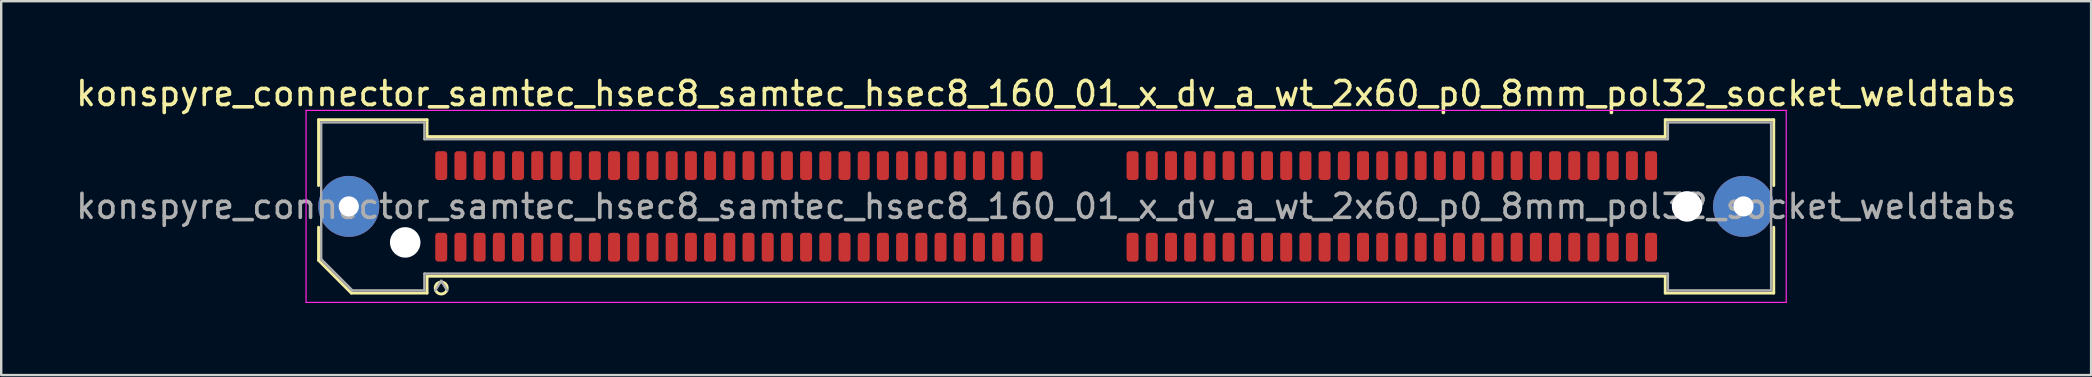
<source format=kicad_pcb>
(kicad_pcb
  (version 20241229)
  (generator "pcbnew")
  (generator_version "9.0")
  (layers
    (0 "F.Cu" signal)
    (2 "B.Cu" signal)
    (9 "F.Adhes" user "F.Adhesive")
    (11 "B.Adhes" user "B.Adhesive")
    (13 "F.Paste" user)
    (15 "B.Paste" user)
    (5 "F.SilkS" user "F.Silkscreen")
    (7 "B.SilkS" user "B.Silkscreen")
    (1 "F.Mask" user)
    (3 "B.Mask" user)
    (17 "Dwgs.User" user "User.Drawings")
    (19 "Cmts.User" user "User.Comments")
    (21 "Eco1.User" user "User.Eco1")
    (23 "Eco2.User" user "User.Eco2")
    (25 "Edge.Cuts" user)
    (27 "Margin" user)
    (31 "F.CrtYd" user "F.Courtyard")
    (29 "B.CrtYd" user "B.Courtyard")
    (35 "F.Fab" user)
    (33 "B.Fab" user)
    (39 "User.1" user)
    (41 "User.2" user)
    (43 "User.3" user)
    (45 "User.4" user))
  (footprint "konspyre_connector_samtec_hsec8_samtec_hsec8_160_01_x_dv_a_wt_2x60_p0_8mm_pol32_socket_weldtabs"
    (layer "F.Cu")
    (at 40.53 5.548)
    (property "Reference" "konspyre_connector_samtec_hsec8_samtec_hsec8_160_01_x_dv_a_wt_2x60_p0_8mm_pol32_socket_weldtabs" (at 0 -4.7 0) (layer "F.SilkS") (effects (font (size 1 1) (thickness 0.15))))
    (attr smd)
    (fp_line (start -30.31 -3.61) (end -25.79 -3.61) (stroke (width 0.12) (type solid)) (layer "F.SilkS"))
    (fp_line (start -30.31 -0.868) (end -30.31 -3.61) (stroke (width 0.12) (type solid)) (layer "F.SilkS"))
    (fp_line (start -30.31 2.246) (end -30.31 0.868) (stroke (width 0.12) (type solid)) (layer "F.SilkS"))
    (fp_line (start -28.946 3.61) (end -30.31 2.246) (stroke (width 0.12) (type solid)) (layer "F.SilkS"))
    (fp_line (start -25.79 -3.61) (end -25.79 -2.91) (stroke (width 0.12) (type solid)) (layer "F.SilkS"))
    (fp_line (start -25.79 -2.91) (end 25.79 -2.91) (stroke (width 0.12) (type solid)) (layer "F.SilkS"))
    (fp_line (start -25.79 2.91) (end -25.79 3.61) (stroke (width 0.12) (type solid)) (layer "F.SilkS"))
    (fp_line (start -25.79 3.61) (end -28.946 3.61) (stroke (width 0.12) (type solid)) (layer "F.SilkS"))
    (fp_line (start 25.79 -3.61) (end 30.31 -3.61) (stroke (width 0.12) (type solid)) (layer "F.SilkS"))
    (fp_line (start 25.79 -2.91) (end 25.79 -3.61) (stroke (width 0.12) (type solid)) (layer "F.SilkS"))
    (fp_line (start 25.79 2.91) (end -25.79 2.91) (stroke (width 0.12) (type solid)) (layer "F.SilkS"))
    (fp_line (start 25.79 3.61) (end 25.79 2.91) (stroke (width 0.12) (type solid)) (layer "F.SilkS"))
    (fp_line (start 30.31 -3.61) (end 30.31 -0.868) (stroke (width 0.12) (type solid)) (layer "F.SilkS"))
    (fp_line (start 30.31 0.868) (end 30.31 3.61) (stroke (width 0.12) (type solid)) (layer "F.SilkS"))
    (fp_line (start 30.31 3.61) (end 25.79 3.61) (stroke (width 0.12) (type solid)) (layer "F.SilkS"))
    (fp_arc (start -24.95 3.4) (mid -25.45 3.4) (end -24.95 3.4) (stroke (width 0.12) (type solid)) (layer "F.SilkS"))
    (fp_line (start -30.83 -4) (end -30.83 4) (stroke (width 0.05) (type solid)) (layer "F.CrtYd"))
    (fp_line (start -30.83 4) (end 30.83 4) (stroke (width 0.05) (type solid)) (layer "F.CrtYd"))
    (fp_line (start 30.83 -4) (end -30.83 -4) (stroke (width 0.05) (type solid)) (layer "F.CrtYd"))
    (fp_line (start 30.83 4) (end 30.83 -4) (stroke (width 0.05) (type solid)) (layer "F.CrtYd"))
    (fp_line (start -30.2 -3.5) (end -25.9 -3.5) (stroke (width 0.1) (type solid)) (layer "F.Fab"))
    (fp_line (start -30.2 2.2) (end -30.2 -3.5) (stroke (width 0.1) (type solid)) (layer "F.Fab"))
    (fp_line (start -28.9 3.5) (end -30.2 2.2) (stroke (width 0.1) (type solid)) (layer "F.Fab"))
    (fp_line (start -25.9 -3.5) (end -25.9 -2.8) (stroke (width 0.1) (type solid)) (layer "F.Fab"))
    (fp_line (start -25.9 -2.8) (end 25.9 -2.8) (stroke (width 0.1) (type solid)) (layer "F.Fab"))
    (fp_line (start -25.9 2.8) (end -25.9 3.5) (stroke (width 0.1) (type solid)) (layer "F.Fab"))
    (fp_line (start -25.9 3.5) (end -28.9 3.5) (stroke (width 0.1) (type solid)) (layer "F.Fab"))
    (fp_line (start -25.2 3.1) (end -25.45 3.5) (stroke (width 0.1) (type solid)) (layer "F.Fab"))
    (fp_line (start -25.2 3.1) (end -24.95 3.5) (stroke (width 0.1) (type solid)) (layer "F.Fab"))
    (fp_line (start 25.9 -3.5) (end 30.2 -3.5) (stroke (width 0.1) (type solid)) (layer "F.Fab"))
    (fp_line (start 25.9 -2.8) (end 25.9 -3.5) (stroke (width 0.1) (type solid)) (layer "F.Fab"))
    (fp_line (start 25.9 2.8) (end -25.9 2.8) (stroke (width 0.1) (type solid)) (layer "F.Fab"))
    (fp_line (start 25.9 3.5) (end 25.9 2.8) (stroke (width 0.1) (type solid)) (layer "F.Fab"))
    (fp_line (start 30.2 -3.5) (end 30.2 3.5) (stroke (width 0.1) (type solid)) (layer "F.Fab"))
    (fp_line (start 30.2 3.5) (end 25.9 3.5) (stroke (width 0.1) (type solid)) (layer "F.Fab"))
    (fp_text user "${REFERENCE}" (at 0 0 0) (layer "F.Fab") (effects (font (size 1 1) (thickness 0.15))))
    (pad "" thru_hole circle (at -29.05 0) (size 2.54 2.54) (drill 0.84) (layers "*.Cu" "*.Mask" "F.Paste"))
    (pad "" np_thru_hole circle (at -26.7 1.5) (size 1.27 1.27) (drill 1.27) (layers "*.Cu" "*.Mask"))
    (pad "" np_thru_hole circle (at 26.7 0) (size 1.27 1.27) (drill 1.27) (layers "*.Cu" "*.Mask"))
    (pad "" thru_hole circle (at 29.05 0) (size 2.54 2.54) (drill 0.84) (layers "*.Cu" "*.Mask" "F.Paste"))
    (pad "1" smd roundrect (at -25.2 1.7) (size 0.5 1.2) (layers "F.Cu" "F.Mask" "F.Paste") (roundrect_rratio 0.25))
    (pad "2" smd roundrect (at -25.2 -1.7) (size 0.5 1.2) (layers "F.Cu" "F.Mask" "F.Paste") (roundrect_rratio 0.25))
    (pad "3" smd roundrect (at -24.4 1.7) (size 0.5 1.2) (layers "F.Cu" "F.Mask" "F.Paste") (roundrect_rratio 0.25))
    (pad "4" smd roundrect (at -24.4 -1.7) (size 0.5 1.2) (layers "F.Cu" "F.Mask" "F.Paste") (roundrect_rratio 0.25))
    (pad "5" smd roundrect (at -23.6 1.7) (size 0.5 1.2) (layers "F.Cu" "F.Mask" "F.Paste") (roundrect_rratio 0.25))
    (pad "6" smd roundrect (at -23.6 -1.7) (size 0.5 1.2) (layers "F.Cu" "F.Mask" "F.Paste") (roundrect_rratio 0.25))
    (pad "7" smd roundrect (at -22.8 1.7) (size 0.5 1.2) (layers "F.Cu" "F.Mask" "F.Paste") (roundrect_rratio 0.25))
    (pad "8" smd roundrect (at -22.8 -1.7) (size 0.5 1.2) (layers "F.Cu" "F.Mask" "F.Paste") (roundrect_rratio 0.25))
    (pad "9" smd roundrect (at -22 1.7) (size 0.5 1.2) (layers "F.Cu" "F.Mask" "F.Paste") (roundrect_rratio 0.25))
    (pad "10" smd roundrect (at -22 -1.7) (size 0.5 1.2) (layers "F.Cu" "F.Mask" "F.Paste") (roundrect_rratio 0.25))
    (pad "11" smd roundrect (at -21.2 1.7) (size 0.5 1.2) (layers "F.Cu" "F.Mask" "F.Paste") (roundrect_rratio 0.25))
    (pad "12" smd roundrect (at -21.2 -1.7) (size 0.5 1.2) (layers "F.Cu" "F.Mask" "F.Paste") (roundrect_rratio 0.25))
    (pad "13" smd roundrect (at -20.4 1.7) (size 0.5 1.2) (layers "F.Cu" "F.Mask" "F.Paste") (roundrect_rratio 0.25))
    (pad "14" smd roundrect (at -20.4 -1.7) (size 0.5 1.2) (layers "F.Cu" "F.Mask" "F.Paste") (roundrect_rratio 0.25))
    (pad "15" smd roundrect (at -19.6 1.7) (size 0.5 1.2) (layers "F.Cu" "F.Mask" "F.Paste") (roundrect_rratio 0.25))
    (pad "16" smd roundrect (at -19.6 -1.7) (size 0.5 1.2) (layers "F.Cu" "F.Mask" "F.Paste") (roundrect_rratio 0.25))
    (pad "17" smd roundrect (at -18.8 1.7) (size 0.5 1.2) (layers "F.Cu" "F.Mask" "F.Paste") (roundrect_rratio 0.25))
    (pad "18" smd roundrect (at -18.8 -1.7) (size 0.5 1.2) (layers "F.Cu" "F.Mask" "F.Paste") (roundrect_rratio 0.25))
    (pad "19" smd roundrect (at -18 1.7) (size 0.5 1.2) (layers "F.Cu" "F.Mask" "F.Paste") (roundrect_rratio 0.25))
    (pad "20" smd roundrect (at -18 -1.7) (size 0.5 1.2) (layers "F.Cu" "F.Mask" "F.Paste") (roundrect_rratio 0.25))
    (pad "21" smd roundrect (at -17.2 1.7) (size 0.5 1.2) (layers "F.Cu" "F.Mask" "F.Paste") (roundrect_rratio 0.25))
    (pad "22" smd roundrect (at -17.2 -1.7) (size 0.5 1.2) (layers "F.Cu" "F.Mask" "F.Paste") (roundrect_rratio 0.25))
    (pad "23" smd roundrect (at -16.4 1.7) (size 0.5 1.2) (layers "F.Cu" "F.Mask" "F.Paste") (roundrect_rratio 0.25))
    (pad "24" smd roundrect (at -16.4 -1.7) (size 0.5 1.2) (layers "F.Cu" "F.Mask" "F.Paste") (roundrect_rratio 0.25))
    (pad "25" smd roundrect (at -15.6 1.7) (size 0.5 1.2) (layers "F.Cu" "F.Mask" "F.Paste") (roundrect_rratio 0.25))
    (pad "26" smd roundrect (at -15.6 -1.7) (size 0.5 1.2) (layers "F.Cu" "F.Mask" "F.Paste") (roundrect_rratio 0.25))
    (pad "27" smd roundrect (at -14.8 1.7) (size 0.5 1.2) (layers "F.Cu" "F.Mask" "F.Paste") (roundrect_rratio 0.25))
    (pad "28" smd roundrect (at -14.8 -1.7) (size 0.5 1.2) (layers "F.Cu" "F.Mask" "F.Paste") (roundrect_rratio 0.25))
    (pad "29" smd roundrect (at -14 1.7) (size 0.5 1.2) (layers "F.Cu" "F.Mask" "F.Paste") (roundrect_rratio 0.25))
    (pad "30" smd roundrect (at -14 -1.7) (size 0.5 1.2) (layers "F.Cu" "F.Mask" "F.Paste") (roundrect_rratio 0.25))
    (pad "31" smd roundrect (at -13.2 1.7) (size 0.5 1.2) (layers "F.Cu" "F.Mask" "F.Paste") (roundrect_rratio 0.25))
    (pad "32" smd roundrect (at -13.2 -1.7) (size 0.5 1.2) (layers "F.Cu" "F.Mask" "F.Paste") (roundrect_rratio 0.25))
    (pad "33" smd roundrect (at -12.4 1.7) (size 0.5 1.2) (layers "F.Cu" "F.Mask" "F.Paste") (roundrect_rratio 0.25))
    (pad "34" smd roundrect (at -12.4 -1.7) (size 0.5 1.2) (layers "F.Cu" "F.Mask" "F.Paste") (roundrect_rratio 0.25))
    (pad "35" smd roundrect (at -11.6 1.7) (size 0.5 1.2) (layers "F.Cu" "F.Mask" "F.Paste") (roundrect_rratio 0.25))
    (pad "36" smd roundrect (at -11.6 -1.7) (size 0.5 1.2) (layers "F.Cu" "F.Mask" "F.Paste") (roundrect_rratio 0.25))
    (pad "37" smd roundrect (at -10.8 1.7) (size 0.5 1.2) (layers "F.Cu" "F.Mask" "F.Paste") (roundrect_rratio 0.25))
    (pad "38" smd roundrect (at -10.8 -1.7) (size 0.5 1.2) (layers "F.Cu" "F.Mask" "F.Paste") (roundrect_rratio 0.25))
    (pad "39" smd roundrect (at -10 1.7) (size 0.5 1.2) (layers "F.Cu" "F.Mask" "F.Paste") (roundrect_rratio 0.25))
    (pad "40" smd roundrect (at -10 -1.7) (size 0.5 1.2) (layers "F.Cu" "F.Mask" "F.Paste") (roundrect_rratio 0.25))
    (pad "41" smd roundrect (at -9.2 1.7) (size 0.5 1.2) (layers "F.Cu" "F.Mask" "F.Paste") (roundrect_rratio 0.25))
    (pad "42" smd roundrect (at -9.2 -1.7) (size 0.5 1.2) (layers "F.Cu" "F.Mask" "F.Paste") (roundrect_rratio 0.25))
    (pad "43" smd roundrect (at -8.4 1.7) (size 0.5 1.2) (layers "F.Cu" "F.Mask" "F.Paste") (roundrect_rratio 0.25))
    (pad "44" smd roundrect (at -8.4 -1.7) (size 0.5 1.2) (layers "F.Cu" "F.Mask" "F.Paste") (roundrect_rratio 0.25))
    (pad "45" smd roundrect (at -7.6 1.7) (size 0.5 1.2) (layers "F.Cu" "F.Mask" "F.Paste") (roundrect_rratio 0.25))
    (pad "46" smd roundrect (at -7.6 -1.7) (size 0.5 1.2) (layers "F.Cu" "F.Mask" "F.Paste") (roundrect_rratio 0.25))
    (pad "47" smd roundrect (at -6.8 1.7) (size 0.5 1.2) (layers "F.Cu" "F.Mask" "F.Paste") (roundrect_rratio 0.25))
    (pad "48" smd roundrect (at -6.8 -1.7) (size 0.5 1.2) (layers "F.Cu" "F.Mask" "F.Paste") (roundrect_rratio 0.25))
    (pad "49" smd roundrect (at -6 1.7) (size 0.5 1.2) (layers "F.Cu" "F.Mask" "F.Paste") (roundrect_rratio 0.25))
    (pad "50" smd roundrect (at -6 -1.7) (size 0.5 1.2) (layers "F.Cu" "F.Mask" "F.Paste") (roundrect_rratio 0.25))
    (pad "51" smd roundrect (at -5.2 1.7) (size 0.5 1.2) (layers "F.Cu" "F.Mask" "F.Paste") (roundrect_rratio 0.25))
    (pad "52" smd roundrect (at -5.2 -1.7) (size 0.5 1.2) (layers "F.Cu" "F.Mask" "F.Paste") (roundrect_rratio 0.25))
    (pad "53" smd roundrect (at -4.4 1.7) (size 0.5 1.2) (layers "F.Cu" "F.Mask" "F.Paste") (roundrect_rratio 0.25))
    (pad "54" smd roundrect (at -4.4 -1.7) (size 0.5 1.2) (layers "F.Cu" "F.Mask" "F.Paste") (roundrect_rratio 0.25))
    (pad "55" smd roundrect (at -3.6 1.7) (size 0.5 1.2) (layers "F.Cu" "F.Mask" "F.Paste") (roundrect_rratio 0.25))
    (pad "56" smd roundrect (at -3.6 -1.7) (size 0.5 1.2) (layers "F.Cu" "F.Mask" "F.Paste") (roundrect_rratio 0.25))
    (pad "57" smd roundrect (at -2.8 1.7) (size 0.5 1.2) (layers "F.Cu" "F.Mask" "F.Paste") (roundrect_rratio 0.25))
    (pad "58" smd roundrect (at -2.8 -1.7) (size 0.5 1.2) (layers "F.Cu" "F.Mask" "F.Paste") (roundrect_rratio 0.25))
    (pad "59" smd roundrect (at -2 1.7) (size 0.5 1.2) (layers "F.Cu" "F.Mask" "F.Paste") (roundrect_rratio 0.25))
    (pad "60" smd roundrect (at -2 -1.7) (size 0.5 1.2) (layers "F.Cu" "F.Mask" "F.Paste") (roundrect_rratio 0.25))
    (pad "61" smd roundrect (at -1.2 1.7) (size 0.5 1.2) (layers "F.Cu" "F.Mask" "F.Paste") (roundrect_rratio 0.25))
    (pad "62" smd roundrect (at -1.2 -1.7) (size 0.5 1.2) (layers "F.Cu" "F.Mask" "F.Paste") (roundrect_rratio 0.25))
    (pad "63" smd roundrect (at -0.4 1.7) (size 0.5 1.2) (layers "F.Cu" "F.Mask" "F.Paste") (roundrect_rratio 0.25))
    (pad "64" smd roundrect (at -0.4 -1.7) (size 0.5 1.2) (layers "F.Cu" "F.Mask" "F.Paste") (roundrect_rratio 0.25))
    (pad "65" smd roundrect (at 3.6 1.7) (size 0.5 1.2) (layers "F.Cu" "F.Mask" "F.Paste") (roundrect_rratio 0.25))
    (pad "66" smd roundrect (at 3.6 -1.7) (size 0.5 1.2) (layers "F.Cu" "F.Mask" "F.Paste") (roundrect_rratio 0.25))
    (pad "67" smd roundrect (at 4.4 1.7) (size 0.5 1.2) (layers "F.Cu" "F.Mask" "F.Paste") (roundrect_rratio 0.25))
    (pad "68" smd roundrect (at 4.4 -1.7) (size 0.5 1.2) (layers "F.Cu" "F.Mask" "F.Paste") (roundrect_rratio 0.25))
    (pad "69" smd roundrect (at 5.2 1.7) (size 0.5 1.2) (layers "F.Cu" "F.Mask" "F.Paste") (roundrect_rratio 0.25))
    (pad "70" smd roundrect (at 5.2 -1.7) (size 0.5 1.2) (layers "F.Cu" "F.Mask" "F.Paste") (roundrect_rratio 0.25))
    (pad "71" smd roundrect (at 6 1.7) (size 0.5 1.2) (layers "F.Cu" "F.Mask" "F.Paste") (roundrect_rratio 0.25))
    (pad "72" smd roundrect (at 6 -1.7) (size 0.5 1.2) (layers "F.Cu" "F.Mask" "F.Paste") (roundrect_rratio 0.25))
    (pad "73" smd roundrect (at 6.8 1.7) (size 0.5 1.2) (layers "F.Cu" "F.Mask" "F.Paste") (roundrect_rratio 0.25))
    (pad "74" smd roundrect (at 6.8 -1.7) (size 0.5 1.2) (layers "F.Cu" "F.Mask" "F.Paste") (roundrect_rratio 0.25))
    (pad "75" smd roundrect (at 7.6 1.7) (size 0.5 1.2) (layers "F.Cu" "F.Mask" "F.Paste") (roundrect_rratio 0.25))
    (pad "76" smd roundrect (at 7.6 -1.7) (size 0.5 1.2) (layers "F.Cu" "F.Mask" "F.Paste") (roundrect_rratio 0.25))
    (pad "77" smd roundrect (at 8.4 1.7) (size 0.5 1.2) (layers "F.Cu" "F.Mask" "F.Paste") (roundrect_rratio 0.25))
    (pad "78" smd roundrect (at 8.4 -1.7) (size 0.5 1.2) (layers "F.Cu" "F.Mask" "F.Paste") (roundrect_rratio 0.25))
    (pad "79" smd roundrect (at 9.2 1.7) (size 0.5 1.2) (layers "F.Cu" "F.Mask" "F.Paste") (roundrect_rratio 0.25))
    (pad "80" smd roundrect (at 9.2 -1.7) (size 0.5 1.2) (layers "F.Cu" "F.Mask" "F.Paste") (roundrect_rratio 0.25))
    (pad "81" smd roundrect (at 10 1.7) (size 0.5 1.2) (layers "F.Cu" "F.Mask" "F.Paste") (roundrect_rratio 0.25))
    (pad "82" smd roundrect (at 10 -1.7) (size 0.5 1.2) (layers "F.Cu" "F.Mask" "F.Paste") (roundrect_rratio 0.25))
    (pad "83" smd roundrect (at 10.8 1.7) (size 0.5 1.2) (layers "F.Cu" "F.Mask" "F.Paste") (roundrect_rratio 0.25))
    (pad "84" smd roundrect (at 10.8 -1.7) (size 0.5 1.2) (layers "F.Cu" "F.Mask" "F.Paste") (roundrect_rratio 0.25))
    (pad "85" smd roundrect (at 11.6 1.7) (size 0.5 1.2) (layers "F.Cu" "F.Mask" "F.Paste") (roundrect_rratio 0.25))
    (pad "86" smd roundrect (at 11.6 -1.7) (size 0.5 1.2) (layers "F.Cu" "F.Mask" "F.Paste") (roundrect_rratio 0.25))
    (pad "87" smd roundrect (at 12.4 1.7) (size 0.5 1.2) (layers "F.Cu" "F.Mask" "F.Paste") (roundrect_rratio 0.25))
    (pad "88" smd roundrect (at 12.4 -1.7) (size 0.5 1.2) (layers "F.Cu" "F.Mask" "F.Paste") (roundrect_rratio 0.25))
    (pad "89" smd roundrect (at 13.2 1.7) (size 0.5 1.2) (layers "F.Cu" "F.Mask" "F.Paste") (roundrect_rratio 0.25))
    (pad "90" smd roundrect (at 13.2 -1.7) (size 0.5 1.2) (layers "F.Cu" "F.Mask" "F.Paste") (roundrect_rratio 0.25))
    (pad "91" smd roundrect (at 14 1.7) (size 0.5 1.2) (layers "F.Cu" "F.Mask" "F.Paste") (roundrect_rratio 0.25))
    (pad "92" smd roundrect (at 14 -1.7) (size 0.5 1.2) (layers "F.Cu" "F.Mask" "F.Paste") (roundrect_rratio 0.25))
    (pad "93" smd roundrect (at 14.8 1.7) (size 0.5 1.2) (layers "F.Cu" "F.Mask" "F.Paste") (roundrect_rratio 0.25))
    (pad "94" smd roundrect (at 14.8 -1.7) (size 0.5 1.2) (layers "F.Cu" "F.Mask" "F.Paste") (roundrect_rratio 0.25))
    (pad "95" smd roundrect (at 15.6 1.7) (size 0.5 1.2) (layers "F.Cu" "F.Mask" "F.Paste") (roundrect_rratio 0.25))
    (pad "96" smd roundrect (at 15.6 -1.7) (size 0.5 1.2) (layers "F.Cu" "F.Mask" "F.Paste") (roundrect_rratio 0.25))
    (pad "97" smd roundrect (at 16.4 1.7) (size 0.5 1.2) (layers "F.Cu" "F.Mask" "F.Paste") (roundrect_rratio 0.25))
    (pad "98" smd roundrect (at 16.4 -1.7) (size 0.5 1.2) (layers "F.Cu" "F.Mask" "F.Paste") (roundrect_rratio 0.25))
    (pad "99" smd roundrect (at 17.2 1.7) (size 0.5 1.2) (layers "F.Cu" "F.Mask" "F.Paste") (roundrect_rratio 0.25))
    (pad "100" smd roundrect (at 17.2 -1.7) (size 0.5 1.2) (layers "F.Cu" "F.Mask" "F.Paste") (roundrect_rratio 0.25))
    (pad "101" smd roundrect (at 18 1.7) (size 0.5 1.2) (layers "F.Cu" "F.Mask" "F.Paste") (roundrect_rratio 0.25))
    (pad "102" smd roundrect (at 18 -1.7) (size 0.5 1.2) (layers "F.Cu" "F.Mask" "F.Paste") (roundrect_rratio 0.25))
    (pad "103" smd roundrect (at 18.8 1.7) (size 0.5 1.2) (layers "F.Cu" "F.Mask" "F.Paste") (roundrect_rratio 0.25))
    (pad "104" smd roundrect (at 18.8 -1.7) (size 0.5 1.2) (layers "F.Cu" "F.Mask" "F.Paste") (roundrect_rratio 0.25))
    (pad "105" smd roundrect (at 19.6 1.7) (size 0.5 1.2) (layers "F.Cu" "F.Mask" "F.Paste") (roundrect_rratio 0.25))
    (pad "106" smd roundrect (at 19.6 -1.7) (size 0.5 1.2) (layers "F.Cu" "F.Mask" "F.Paste") (roundrect_rratio 0.25))
    (pad "107" smd roundrect (at 20.4 1.7) (size 0.5 1.2) (layers "F.Cu" "F.Mask" "F.Paste") (roundrect_rratio 0.25))
    (pad "108" smd roundrect (at 20.4 -1.7) (size 0.5 1.2) (layers "F.Cu" "F.Mask" "F.Paste") (roundrect_rratio 0.25))
    (pad "109" smd roundrect (at 21.2 1.7) (size 0.5 1.2) (layers "F.Cu" "F.Mask" "F.Paste") (roundrect_rratio 0.25))
    (pad "110" smd roundrect (at 21.2 -1.7) (size 0.5 1.2) (layers "F.Cu" "F.Mask" "F.Paste") (roundrect_rratio 0.25))
    (pad "111" smd roundrect (at 22 1.7) (size 0.5 1.2) (layers "F.Cu" "F.Mask" "F.Paste") (roundrect_rratio 0.25))
    (pad "112" smd roundrect (at 22 -1.7) (size 0.5 1.2) (layers "F.Cu" "F.Mask" "F.Paste") (roundrect_rratio 0.25))
    (pad "113" smd roundrect (at 22.8 1.7) (size 0.5 1.2) (layers "F.Cu" "F.Mask" "F.Paste") (roundrect_rratio 0.25))
    (pad "114" smd roundrect (at 22.8 -1.7) (size 0.5 1.2) (layers "F.Cu" "F.Mask" "F.Paste") (roundrect_rratio 0.25))
    (pad "115" smd roundrect (at 23.6 1.7) (size 0.5 1.2) (layers "F.Cu" "F.Mask" "F.Paste") (roundrect_rratio 0.25))
    (pad "116" smd roundrect (at 23.6 -1.7) (size 0.5 1.2) (layers "F.Cu" "F.Mask" "F.Paste") (roundrect_rratio 0.25))
    (pad "117" smd roundrect (at 24.4 1.7) (size 0.5 1.2) (layers "F.Cu" "F.Mask" "F.Paste") (roundrect_rratio 0.25))
    (pad "118" smd roundrect (at 24.4 -1.7) (size 0.5 1.2) (layers "F.Cu" "F.Mask" "F.Paste") (roundrect_rratio 0.25))
    (pad "119" smd roundrect (at 25.2 1.7) (size 0.5 1.2) (layers "F.Cu" "F.Mask" "F.Paste") (roundrect_rratio 0.25))
    (pad "120" smd roundrect (at 25.2 -1.7) (size 0.5 1.2) (layers "F.Cu" "F.Mask" "F.Paste") (roundrect_rratio 0.25)))
  (gr_rect
    (start -3 -3)
    (end 84.06 12.573)
    (stroke (width 0.1) (type default))
    (fill no)
    (layer "Edge.Cuts")))
</source>
